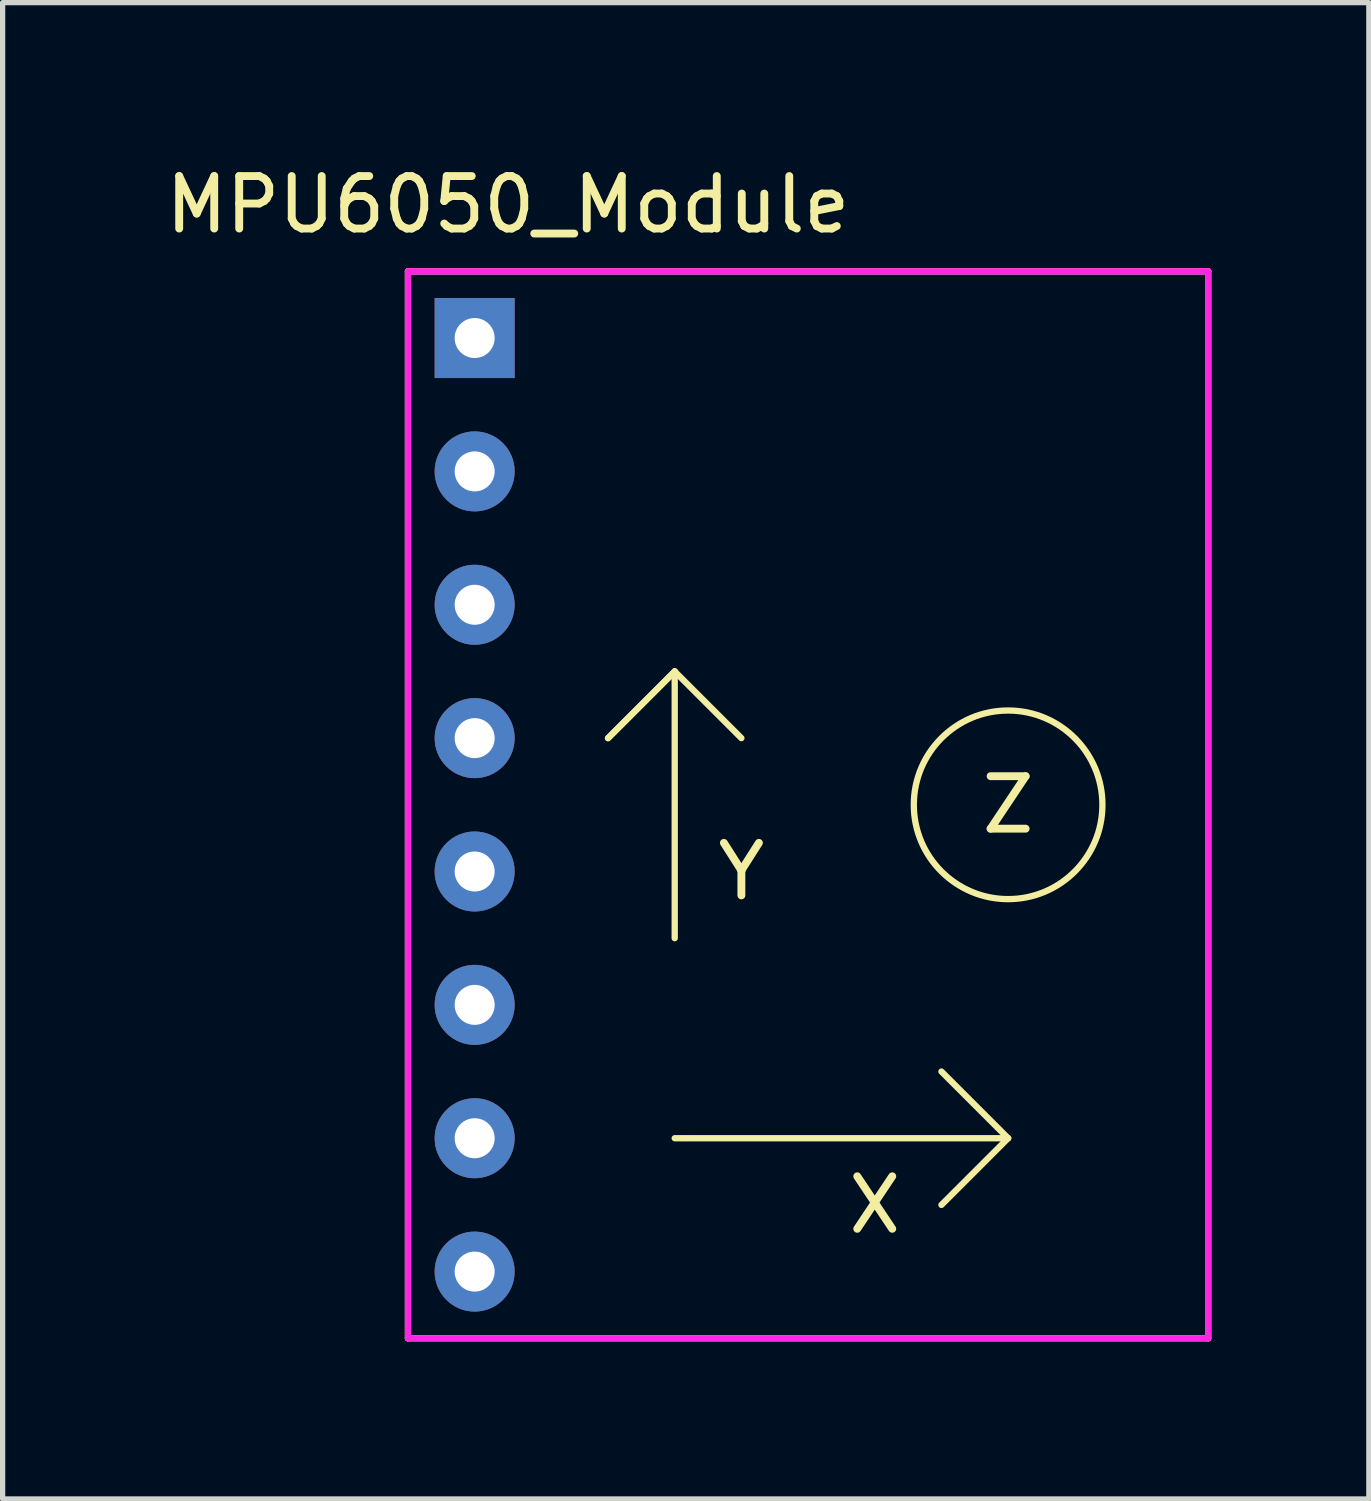
<source format=kicad_pcb>
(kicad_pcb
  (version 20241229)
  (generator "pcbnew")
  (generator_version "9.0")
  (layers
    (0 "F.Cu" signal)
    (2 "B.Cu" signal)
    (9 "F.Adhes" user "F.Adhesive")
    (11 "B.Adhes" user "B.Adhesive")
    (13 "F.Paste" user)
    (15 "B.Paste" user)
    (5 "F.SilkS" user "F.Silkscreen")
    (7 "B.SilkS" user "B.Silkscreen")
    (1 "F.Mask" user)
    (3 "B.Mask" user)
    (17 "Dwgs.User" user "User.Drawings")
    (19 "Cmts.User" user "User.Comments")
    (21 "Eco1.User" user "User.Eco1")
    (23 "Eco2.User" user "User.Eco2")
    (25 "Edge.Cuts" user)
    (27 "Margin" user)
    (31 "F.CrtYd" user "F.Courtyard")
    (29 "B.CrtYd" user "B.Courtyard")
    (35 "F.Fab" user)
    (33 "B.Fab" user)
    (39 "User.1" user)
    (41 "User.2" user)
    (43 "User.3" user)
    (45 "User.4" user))
  (footprint "MPU6050_Module"
    (layer "F.Cu")
    (at 5.99 3.388)
    (property "Reference" "MPU6050_Module" (at 0.635 -2.54 0) (layer "F.SilkS") (effects (font (size 1 1) (thickness 0.15))))
    (attr through_hole)
    (fp_line (start -1.27 -1.27) (end 13.97 -1.27) (stroke (width 0.12) (type solid)) (layer "F.SilkS"))
    (fp_line (start -1.27 19.05) (end -1.27 -1.27) (stroke (width 0.12) (type solid)) (layer "F.SilkS"))
    (fp_line (start 2.54 7.62) (end 3.81 6.35) (stroke (width 0.12) (type solid)) (layer "F.SilkS"))
    (fp_line (start 3.81 6.35) (end 2.54 7.62) (stroke (width 0.12) (type solid)) (layer "F.SilkS"))
    (fp_line (start 3.81 6.35) (end 5.08 7.62) (stroke (width 0.12) (type solid)) (layer "F.SilkS"))
    (fp_line (start 3.81 11.43) (end 3.81 6.35) (stroke (width 0.12) (type solid)) (layer "F.SilkS"))
    (fp_line (start 3.81 15.24) (end 10.16 15.24) (stroke (width 0.12) (type solid)) (layer "F.SilkS"))
    (fp_line (start 10.16 15.24) (end 8.89 13.97) (stroke (width 0.12) (type solid)) (layer "F.SilkS"))
    (fp_line (start 10.16 15.24) (end 8.89 16.51) (stroke (width 0.12) (type solid)) (layer "F.SilkS"))
    (fp_line (start 13.97 -1.27) (end 13.97 19.05) (stroke (width 0.12) (type solid)) (layer "F.SilkS"))
    (fp_line (start 13.97 19.05) (end -1.27 19.05) (stroke (width 0.12) (type solid)) (layer "F.SilkS"))
    (fp_circle (center 10.16 8.89) (end 8.89 7.62) (stroke (width 0.12) (type solid)) (fill no) (layer "F.SilkS"))
    (fp_line (start -1.27 -1.27) (end 13.97 -1.27) (stroke (width 0.12) (type solid)) (layer "F.CrtYd"))
    (fp_line (start -1.27 19.05) (end -1.27 -1.27) (stroke (width 0.12) (type solid)) (layer "F.CrtYd"))
    (fp_line (start 13.97 -1.27) (end 13.97 19.05) (stroke (width 0.12) (type solid)) (layer "F.CrtYd"))
    (fp_line (start 13.97 19.05) (end -1.27 19.05) (stroke (width 0.12) (type solid)) (layer "F.CrtYd"))
    (fp_text user "X" (at 7.62 16.51 0) (layer "F.SilkS") (effects (font (size 1 1) (thickness 0.15))))
    (fp_text user "Y" (at 5.08 10.16 0) (layer "F.SilkS") (effects (font (size 1 1) (thickness 0.15))))
    (fp_text user "Z" (at 10.16 8.89 0) (layer "F.SilkS") (effects (font (size 1 1) (thickness 0.15))))
    (pad "1" thru_hole rect (at 0 0) (size 1.524 1.524) (drill 0.762) (layers "*.Cu" "*.Mask"))
    (pad "2" thru_hole circle (at 0 2.54) (size 1.524 1.524) (drill 0.762) (layers "*.Cu" "*.Mask"))
    (pad "3" thru_hole circle (at 0 5.08) (size 1.524 1.524) (drill 0.762) (layers "*.Cu" "*.Mask"))
    (pad "4" thru_hole circle (at 0 7.62) (size 1.524 1.524) (drill 0.762) (layers "*.Cu" "*.Mask"))
    (pad "5" thru_hole circle (at 0 10.16) (size 1.524 1.524) (drill 0.762) (layers "*.Cu" "*.Mask"))
    (pad "6" thru_hole circle (at 0 12.7) (size 1.524 1.524) (drill 0.762) (layers "*.Cu" "*.Mask"))
    (pad "7" thru_hole circle (at 0 15.24) (size 1.524 1.524) (drill 0.762) (layers "*.Cu" "*.Mask"))
    (pad "8" thru_hole circle (at 0 17.78) (size 1.524 1.524) (drill 0.762) (layers "*.Cu" "*.Mask")))
  (gr_rect
    (start -3 -3)
    (end 23.02 25.498)
    (stroke (width 0.1) (type default))
    (fill no)
    (layer "Edge.Cuts")))
</source>
